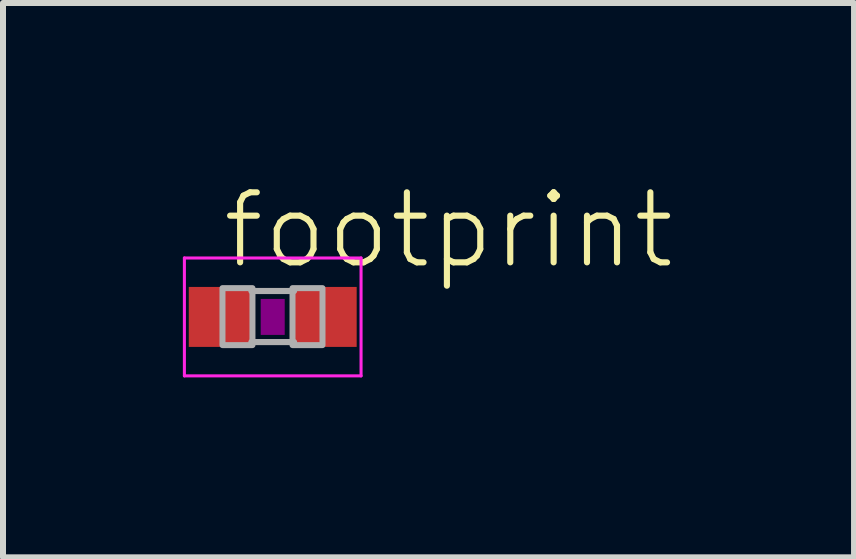
<source format=kicad_pcb>
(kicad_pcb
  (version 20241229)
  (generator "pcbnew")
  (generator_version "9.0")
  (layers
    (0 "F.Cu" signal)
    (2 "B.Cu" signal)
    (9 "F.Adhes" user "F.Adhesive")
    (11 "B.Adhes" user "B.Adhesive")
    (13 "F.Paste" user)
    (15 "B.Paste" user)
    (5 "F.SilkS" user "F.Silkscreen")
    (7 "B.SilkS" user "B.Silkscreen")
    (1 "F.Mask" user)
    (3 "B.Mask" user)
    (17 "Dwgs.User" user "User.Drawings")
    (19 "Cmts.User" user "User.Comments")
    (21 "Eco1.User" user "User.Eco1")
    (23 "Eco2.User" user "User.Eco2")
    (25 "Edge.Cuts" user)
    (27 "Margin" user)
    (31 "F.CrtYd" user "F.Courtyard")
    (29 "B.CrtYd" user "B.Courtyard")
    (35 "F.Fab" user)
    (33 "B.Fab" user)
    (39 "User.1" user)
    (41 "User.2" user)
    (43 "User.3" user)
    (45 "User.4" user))
  (footprint "footprint"
    (layer "F.Cu")
    (at 1.498 2.235)
    (property "Reference" "footprint" (at -0.889 -0.762 0) (layer "F.SilkS") (effects (font (size 1.168 1.168) (thickness 0.102)) (justify left bottom)))
    (fp_poly (pts (xy -0.2 0.3) (xy 0.2 0.3) (xy 0.2 -0.3) (xy -0.2 -0.3)) (stroke (width 0) (type solid)) (fill yes) (layer "F.Adhes"))
    (fp_line (start -1.473 -0.983) (end 1.473 -0.983) (stroke (width 0.051) (type solid)) (layer "F.CrtYd"))
    (fp_line (start -1.473 0.983) (end -1.473 -0.983) (stroke (width 0.051) (type solid)) (layer "F.CrtYd"))
    (fp_line (start 1.473 -0.983) (end 1.473 0.983) (stroke (width 0.051) (type solid)) (layer "F.CrtYd"))
    (fp_line (start 1.473 0.983) (end -1.473 0.983) (stroke (width 0.051) (type solid)) (layer "F.CrtYd"))
    (fp_line (start -0.356 -0.432) (end 0.356 -0.432) (stroke (width 0.102) (type solid)) (layer "F.Fab"))
    (fp_line (start -0.356 0.419) (end 0.356 0.419) (stroke (width 0.102) (type solid)) (layer "F.Fab"))
    (fp_poly (pts (xy -0.838 0.47) (xy -0.338 0.47) (xy -0.338 -0.48) (xy -0.838 -0.48)) (stroke (width 0.1) (type solid)) (fill no) (layer "F.Fab"))
    (fp_poly (pts (xy 0.33 0.47) (xy 0.83 0.47) (xy 0.83 -0.48) (xy 0.33 -0.48)) (stroke (width 0.1) (type solid)) (fill no) (layer "F.Fab"))
    (pad "1" smd rect (at -0.85 0) (size 1.1 1) (layers "F.Cu" "F.Mask" "F.Paste"))
    (pad "2" smd rect (at 0.85 0) (size 1.1 1) (layers "F.Cu" "F.Mask" "F.Paste")))
  (gr_rect
    (start -3 -3)
    (end 11.192 6.244)
    (stroke (width 0.1) (type default))
    (fill no)
    (layer "Edge.Cuts")))
</source>
